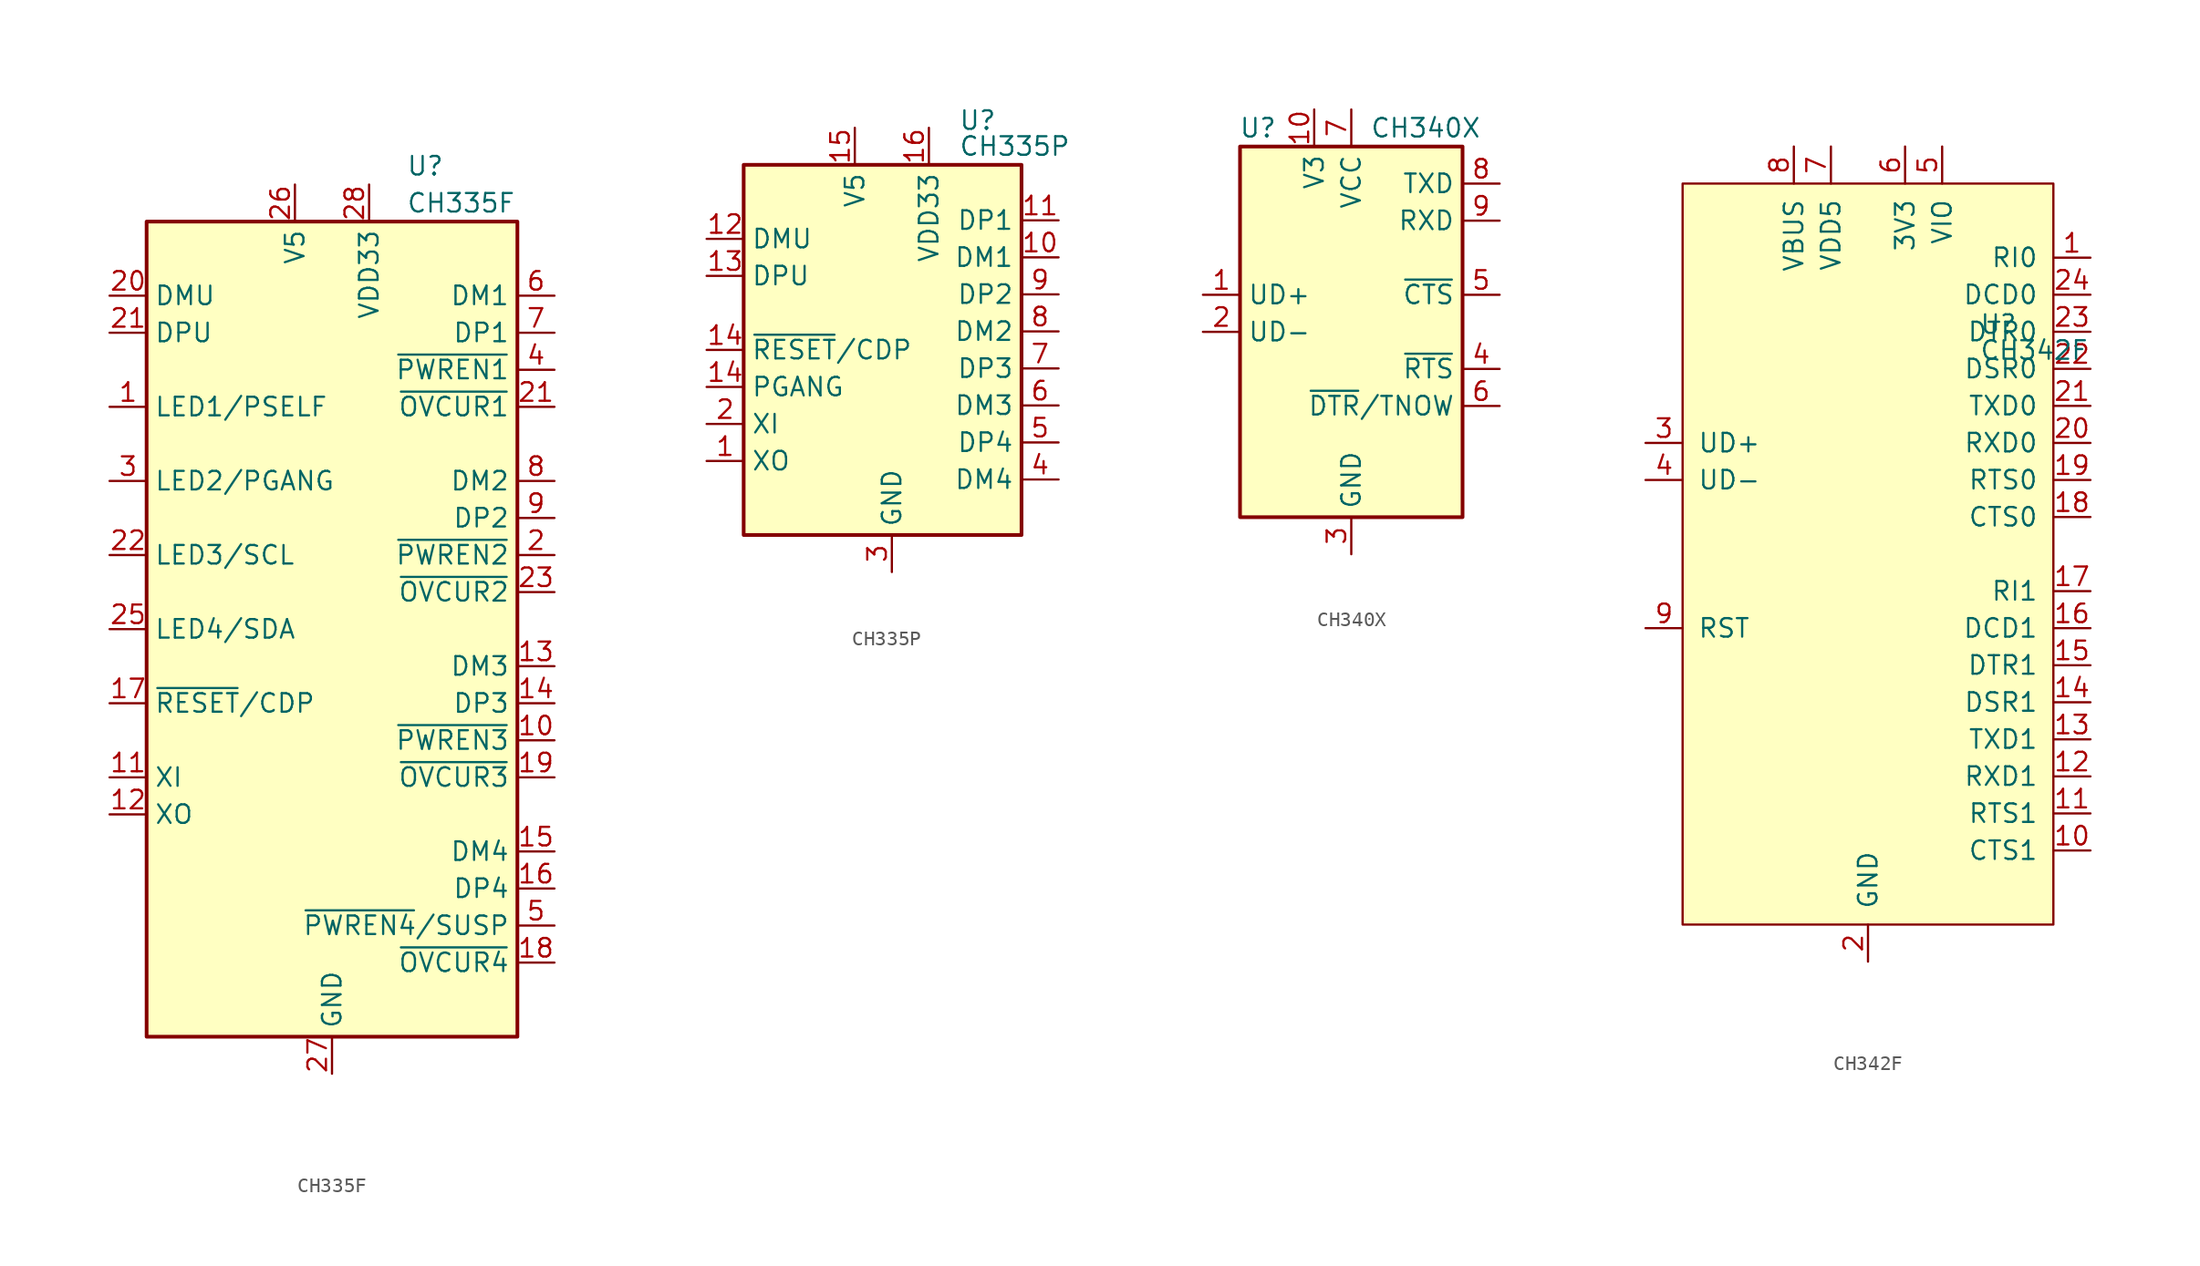
<source format=kicad_sym>
(kicad_symbol_lib
  (version 20241209)
  (generator "kicad_symbol_editor")
  (generator_version "9.0")
  (symbol "CH335F"
    (property "Reference" "U"
      (at 5.08 31.75 0)
      (effects (font (size 1.27 1.27)) (justify left)))
    (property "Value" "CH335F"
      (at 5.08 29.21 0)
      (effects (font (size 1.27 1.27)) (justify left)))
    (symbol "CH335F_0_1"
      (rectangle (start -12.7 27.94) (end 12.7 -27.94) (stroke (width 0.254) (type default)) (fill (type background))))
    (symbol "CH335F_1_1"
      (pin bidirectional line (at -15.24 22.86 0) (length 2.54) (name "DMU" (effects (font (size 1.27 1.27)))) (number "20" (effects (font (size 1.27 1.27)))))
      (pin bidirectional line (at -15.24 20.32 0) (length 2.54) (name "DPU" (effects (font (size 1.27 1.27)))) (number "21" (effects (font (size 1.27 1.27)))))
      (pin bidirectional line (at -15.24 15.24 0) (length 2.54) (name "LED1/PSELF" (effects (font (size 1.27 1.27)))) (number "1" (effects (font (size 1.27 1.27)))))
      (pin bidirectional line (at -15.24 10.16 0) (length 2.54) (name "LED2/PGANG" (effects (font (size 1.27 1.27)))) (number "3" (effects (font (size 1.27 1.27)))))
      (pin bidirectional line (at -15.24 5.08 0) (length 2.54) (name "LED3/SCL" (effects (font (size 1.27 1.27)))) (number "22" (effects (font (size 1.27 1.27)))))
      (pin bidirectional line (at -15.24 0 0) (length 2.54) (name "LED4/SDA" (effects (font (size 1.27 1.27)))) (number "25" (effects (font (size 1.27 1.27)))))
      (pin bidirectional line (at -15.24 -5.08 0) (length 2.54) (name "~{RESET}/CDP" (effects (font (size 1.27 1.27)))) (number "17" (effects (font (size 1.27 1.27)))))
      (pin input line (at -15.24 -10.16 0) (length 2.54) (name "XI" (effects (font (size 1.27 1.27)))) (number "11" (effects (font (size 1.27 1.27)))))
      (pin output line (at -15.24 -12.7 0) (length 2.54) (name "XO" (effects (font (size 1.27 1.27)))) (number "12" (effects (font (size 1.27 1.27)))))
      (pin power_in line (at -2.54 30.48 270) (length 2.54) (name "V5" (effects (font (size 1.27 1.27)))) (number "26" (effects (font (size 1.27 1.27)))))
      (pin power_in line (at 0 -30.48 90) (length 2.54) (name "GND" (effects (font (size 1.27 1.27)))) (number "27" (effects (font (size 1.27 1.27)))))
      (pin power_in line (at 0 -30.48 90) (length 2.54) (hide yes) (name "GND" (effects (font (size 1.27 1.27)))) (number "29" (effects (font (size 1.27 1.27)))))
      (pin power_in line (at 2.54 30.48 270) (length 2.54) (name "VDD33" (effects (font (size 1.27 1.27)))) (number "28" (effects (font (size 1.27 1.27)))))
      (pin bidirectional line (at 15.24 22.86 180) (length 2.54) (name "DM1" (effects (font (size 1.27 1.27)))) (number "6" (effects (font (size 1.27 1.27)))))
      (pin bidirectional line (at 15.24 20.32 180) (length 2.54) (name "DP1" (effects (font (size 1.27 1.27)))) (number "7" (effects (font (size 1.27 1.27)))))
      (pin output line (at 15.24 17.78 180) (length 2.54) (name "~{PWREN1}" (effects (font (size 1.27 1.27)))) (number "4" (effects (font (size 1.27 1.27)))))
      (pin input line (at 15.24 15.24 180) (length 2.54) (name "~{OVCUR1}" (effects (font (size 1.27 1.27)))) (number "21" (effects (font (size 1.27 1.27)))))
      (pin bidirectional line (at 15.24 10.16 180) (length 2.54) (name "DM2" (effects (font (size 1.27 1.27)))) (number "8" (effects (font (size 1.27 1.27)))))
      (pin bidirectional line (at 15.24 7.62 180) (length 2.54) (name "DP2" (effects (font (size 1.27 1.27)))) (number "9" (effects (font (size 1.27 1.27)))))
      (pin output line (at 15.24 5.08 180) (length 2.54) (name "~{PWREN2}" (effects (font (size 1.27 1.27)))) (number "2" (effects (font (size 1.27 1.27)))))
      (pin input line (at 15.24 2.54 180) (length 2.54) (name "~{OVCUR2}" (effects (font (size 1.27 1.27)))) (number "23" (effects (font (size 1.27 1.27)))))
      (pin bidirectional line (at 15.24 -2.54 180) (length 2.54) (name "DM3" (effects (font (size 1.27 1.27)))) (number "13" (effects (font (size 1.27 1.27)))))
      (pin bidirectional line (at 15.24 -5.08 180) (length 2.54) (name "DP3" (effects (font (size 1.27 1.27)))) (number "14" (effects (font (size 1.27 1.27)))))
      (pin output line (at 15.24 -7.62 180) (length 2.54) (name "~{PWREN3}" (effects (font (size 1.27 1.27)))) (number "10" (effects (font (size 1.27 1.27)))))
      (pin input line (at 15.24 -10.16 180) (length 2.54) (name "~{OVCUR3}" (effects (font (size 1.27 1.27)))) (number "19" (effects (font (size 1.27 1.27)))))
      (pin bidirectional line (at 15.24 -15.24 180) (length 2.54) (name "DM4" (effects (font (size 1.27 1.27)))) (number "15" (effects (font (size 1.27 1.27)))))
      (pin bidirectional line (at 15.24 -17.78 180) (length 2.54) (name "DP4" (effects (font (size 1.27 1.27)))) (number "16" (effects (font (size 1.27 1.27)))))
      (pin output line (at 15.24 -20.32 180) (length 2.54) (name "~{PWREN4}/SUSP" (effects (font (size 1.27 1.27)))) (number "5" (effects (font (size 1.27 1.27)))))
      (pin input line (at 15.24 -22.86 180) (length 2.54) (name "~{OVCUR4}" (effects (font (size 1.27 1.27)))) (number "18" (effects (font (size 1.27 1.27)))))))
  (symbol "CH335P"
    (property "Reference" "U"
      (at 4.572 15.748 0)
      (effects (font (size 1.27 1.27)) (justify left)))
    (property "Value" "CH335P"
      (at 4.572 13.97 0)
      (effects (font (size 1.27 1.27)) (justify left)))
    (symbol "CH335P_0_1"
      (rectangle (start -10.16 12.7) (end 8.89 -12.7) (stroke (width 0.254) (type default)) (fill (type background))))
    (symbol "CH335P_1_1"
      (pin bidirectional line (at -12.7 7.62 0) (length 2.54) (name "DMU" (effects (font (size 1.27 1.27)))) (number "12" (effects (font (size 1.27 1.27)))))
      (pin bidirectional line (at -12.7 5.08 0) (length 2.54) (name "DPU" (effects (font (size 1.27 1.27)))) (number "13" (effects (font (size 1.27 1.27)))))
      (pin input line (at -12.7 0 0) (length 2.54) (name "~{RESET}/CDP" (effects (font (size 1.27 1.27)))) (number "14" (effects (font (size 1.27 1.27)))))
      (pin bidirectional line (at -12.7 -2.54 0) (length 2.54) (name "PGANG" (effects (font (size 1.27 1.27)))) (number "14" (effects (font (size 1.27 1.27)))))
      (pin input line (at -12.7 -5.08 0) (length 2.54) (name "XI" (effects (font (size 1.27 1.27)))) (number "2" (effects (font (size 1.27 1.27)))))
      (pin output line (at -12.7 -7.62 0) (length 2.54) (name "XO" (effects (font (size 1.27 1.27)))) (number "1" (effects (font (size 1.27 1.27)))))
      (pin power_in line (at -2.54 15.24 270) (length 2.54) (name "V5" (effects (font (size 1.27 1.27)))) (number "15" (effects (font (size 1.27 1.27)))))
      (pin power_in line (at 0 -15.24 90) (length 2.54) (hide yes) (name "GND" (effects (font (size 1.27 1.27)))) (number "17" (effects (font (size 1.27 1.27)))))
      (pin power_in line (at 0 -15.24 90) (length 2.54) (name "GND" (effects (font (size 1.27 1.27)))) (number "3" (effects (font (size 1.27 1.27)))))
      (pin power_in line (at 2.54 15.24 270) (length 2.54) (name "VDD33" (effects (font (size 1.27 1.27)))) (number "16" (effects (font (size 1.27 1.27)))))
      (pin bidirectional line (at 11.43 8.89 180) (length 2.54) (name "DP1" (effects (font (size 1.27 1.27)))) (number "11" (effects (font (size 1.27 1.27)))))
      (pin bidirectional line (at 11.43 6.35 180) (length 2.54) (name "DM1" (effects (font (size 1.27 1.27)))) (number "10" (effects (font (size 1.27 1.27)))))
      (pin bidirectional line (at 11.43 3.81 180) (length 2.54) (name "DP2" (effects (font (size 1.27 1.27)))) (number "9" (effects (font (size 1.27 1.27)))))
      (pin bidirectional line (at 11.43 1.27 180) (length 2.54) (name "DM2" (effects (font (size 1.27 1.27)))) (number "8" (effects (font (size 1.27 1.27)))))
      (pin bidirectional line (at 11.43 -1.27 180) (length 2.54) (name "DP3" (effects (font (size 1.27 1.27)))) (number "7" (effects (font (size 1.27 1.27)))))
      (pin bidirectional line (at 11.43 -3.81 180) (length 2.54) (name "DM3" (effects (font (size 1.27 1.27)))) (number "6" (effects (font (size 1.27 1.27)))))
      (pin bidirectional line (at 11.43 -6.35 180) (length 2.54) (name "DP4" (effects (font (size 1.27 1.27)))) (number "5" (effects (font (size 1.27 1.27)))))
      (pin bidirectional line (at 11.43 -8.89 180) (length 2.54) (name "DM4" (effects (font (size 1.27 1.27)))) (number "4" (effects (font (size 1.27 1.27)))))))
  (symbol "CH340X"
    (property "Reference" "U"
      (at -5.08 13.97 0)
      (effects (font (size 1.27 1.27)) (justify right)))
    (property "Value" "CH340X"
      (at 1.27 13.97 0)
      (effects (font (size 1.27 1.27)) (justify left)))
    (symbol "CH340X_0_1"
      (rectangle (start -7.62 12.7) (end 7.62 -12.7) (stroke (width 0.254) (type default)) (fill (type background))))
    (symbol "CH340X_1_1"
      (pin bidirectional line (at -10.16 2.54 0) (length 2.54) (name "UD+" (effects (font (size 1.27 1.27)))) (number "1" (effects (font (size 1.27 1.27)))))
      (pin bidirectional line (at -10.16 0 0) (length 2.54) (name "UD-" (effects (font (size 1.27 1.27)))) (number "2" (effects (font (size 1.27 1.27)))))
      (pin passive line (at -2.54 15.24 270) (length 2.54) (name "V3" (effects (font (size 1.27 1.27)))) (number "10" (effects (font (size 1.27 1.27)))))
      (pin power_in line (at 0 15.24 270) (length 2.54) (name "VCC" (effects (font (size 1.27 1.27)))) (number "7" (effects (font (size 1.27 1.27)))))
      (pin power_in line (at 0 -15.24 90) (length 2.54) (name "GND" (effects (font (size 1.27 1.27)))) (number "3" (effects (font (size 1.27 1.27)))))
      (pin output line (at 10.16 10.16 180) (length 2.54) (name "TXD" (effects (font (size 1.27 1.27)))) (number "8" (effects (font (size 1.27 1.27)))))
      (pin input line (at 10.16 7.62 180) (length 2.54) (name "RXD" (effects (font (size 1.27 1.27)))) (number "9" (effects (font (size 1.27 1.27)))))
      (pin input line (at 10.16 2.54 180) (length 2.54) (name "~{CTS}" (effects (font (size 1.27 1.27)))) (number "5" (effects (font (size 1.27 1.27)))))
      (pin output line (at 10.16 -2.54 180) (length 2.54) (name "~{RTS}" (effects (font (size 1.27 1.27)))) (number "4" (effects (font (size 1.27 1.27)))))
      (pin output line (at 10.16 -5.08 180) (length 2.54) (name "~{DTR}/TNOW" (effects (font (size 1.27 1.27)))) (number "6" (effects (font (size 1.27 1.27)))))))
  (symbol "CH342F"
    (pin_names
      (offset 1.016))
    (property "Reference" "U"
      (at 7.62 15.748 0)
      (effects (font (size 1.27 1.27)) (justify left)))
    (property "Value" "CH342F"
      (at 7.62 13.97 0)
      (effects (font (size 1.27 1.27)) (justify left)))
    (symbol "CH342F_0_1"
      (rectangle (start -12.7 25.4) (end 12.7 -25.4) (stroke (width 0) (type default)) (fill (type background))))
    (symbol "CH342F_1_1"
      (pin bidirectional line (at -15.24 7.62 0) (length 2.54) (name "UD+" (effects (font (size 1.27 1.27)))) (number "3" (effects (font (size 1.27 1.27)))))
      (pin bidirectional line (at -15.24 5.08 0) (length 2.54) (name "UD-" (effects (font (size 1.27 1.27)))) (number "4" (effects (font (size 1.27 1.27)))))
      (pin input line (at -15.24 -5.08 0) (length 2.54) (name "RST" (effects (font (size 1.27 1.27)))) (number "9" (effects (font (size 1.27 1.27)))))
      (pin power_in line (at -5.08 27.94 270) (length 2.54) (name "VBUS" (effects (font (size 1.27 1.27)))) (number "8" (effects (font (size 1.27 1.27)))))
      (pin power_in line (at -2.54 27.94 270) (length 2.54) (name "VDD5" (effects (font (size 1.27 1.27)))) (number "7" (effects (font (size 1.27 1.27)))))
      (pin power_in line (at 0 -27.94 90) (length 2.54) (name "GND" (effects (font (size 1.27 1.27)))) (number "2" (effects (font (size 1.27 1.27)))))
      (pin power_in line (at 0 -27.94 90) (length 2.54) (hide yes) (name "GND" (effects (font (size 1.27 1.27)))) (number "25" (effects (font (size 1.27 1.27)))))
      (pin power_in line (at 2.54 27.94 270) (length 2.54) (name "3V3" (effects (font (size 1.27 1.27)))) (number "6" (effects (font (size 1.27 1.27)))))
      (pin bidirectional line (at 5.08 27.94 270) (length 2.54) (name "VIO" (effects (font (size 1.27 1.27)))) (number "5" (effects (font (size 1.27 1.27)))))
      (pin input line (at 15.24 20.32 180) (length 2.54) (name "RI0" (effects (font (size 1.27 1.27)))) (number "1" (effects (font (size 1.27 1.27)))))
      (pin input line (at 15.24 17.78 180) (length 2.54) (name "DCD0" (effects (font (size 1.27 1.27)))) (number "24" (effects (font (size 1.27 1.27)))))
      (pin output line (at 15.24 15.24 180) (length 2.54) (name "DTR0" (effects (font (size 1.27 1.27)))) (number "23" (effects (font (size 1.27 1.27)))))
      (pin input line (at 15.24 12.7 180) (length 2.54) (name "DSR0" (effects (font (size 1.27 1.27)))) (number "22" (effects (font (size 1.27 1.27)))))
      (pin output line (at 15.24 10.16 180) (length 2.54) (name "TXD0" (effects (font (size 1.27 1.27)))) (number "21" (effects (font (size 1.27 1.27)))))
      (pin input line (at 15.24 7.62 180) (length 2.54) (name "RXD0" (effects (font (size 1.27 1.27)))) (number "20" (effects (font (size 1.27 1.27)))))
      (pin output line (at 15.24 5.08 180) (length 2.54) (name "RTS0" (effects (font (size 1.27 1.27)))) (number "19" (effects (font (size 1.27 1.27)))))
      (pin input line (at 15.24 2.54 180) (length 2.54) (name "CTS0" (effects (font (size 1.27 1.27)))) (number "18" (effects (font (size 1.27 1.27)))))
      (pin input line (at 15.24 -2.54 180) (length 2.54) (name "RI1" (effects (font (size 1.27 1.27)))) (number "17" (effects (font (size 1.27 1.27)))))
      (pin input line (at 15.24 -5.08 180) (length 2.54) (name "DCD1" (effects (font (size 1.27 1.27)))) (number "16" (effects (font (size 1.27 1.27)))))
      (pin output line (at 15.24 -7.62 180) (length 2.54) (name "DTR1" (effects (font (size 1.27 1.27)))) (number "15" (effects (font (size 1.27 1.27)))))
      (pin input line (at 15.24 -10.16 180) (length 2.54) (name "DSR1" (effects (font (size 1.27 1.27)))) (number "14" (effects (font (size 1.27 1.27)))))
      (pin output line (at 15.24 -12.7 180) (length 2.54) (name "TXD1" (effects (font (size 1.27 1.27)))) (number "13" (effects (font (size 1.27 1.27)))))
      (pin input line (at 15.24 -15.24 180) (length 2.54) (name "RXD1" (effects (font (size 1.27 1.27)))) (number "12" (effects (font (size 1.27 1.27)))))
      (pin output line (at 15.24 -17.78 180) (length 2.54) (name "RTS1" (effects (font (size 1.27 1.27)))) (number "11" (effects (font (size 1.27 1.27)))))
      (pin input line (at 15.24 -20.32 180) (length 2.54) (name "CTS1" (effects (font (size 1.27 1.27)))) (number "10" (effects (font (size 1.27 1.27))))))))
</source>
